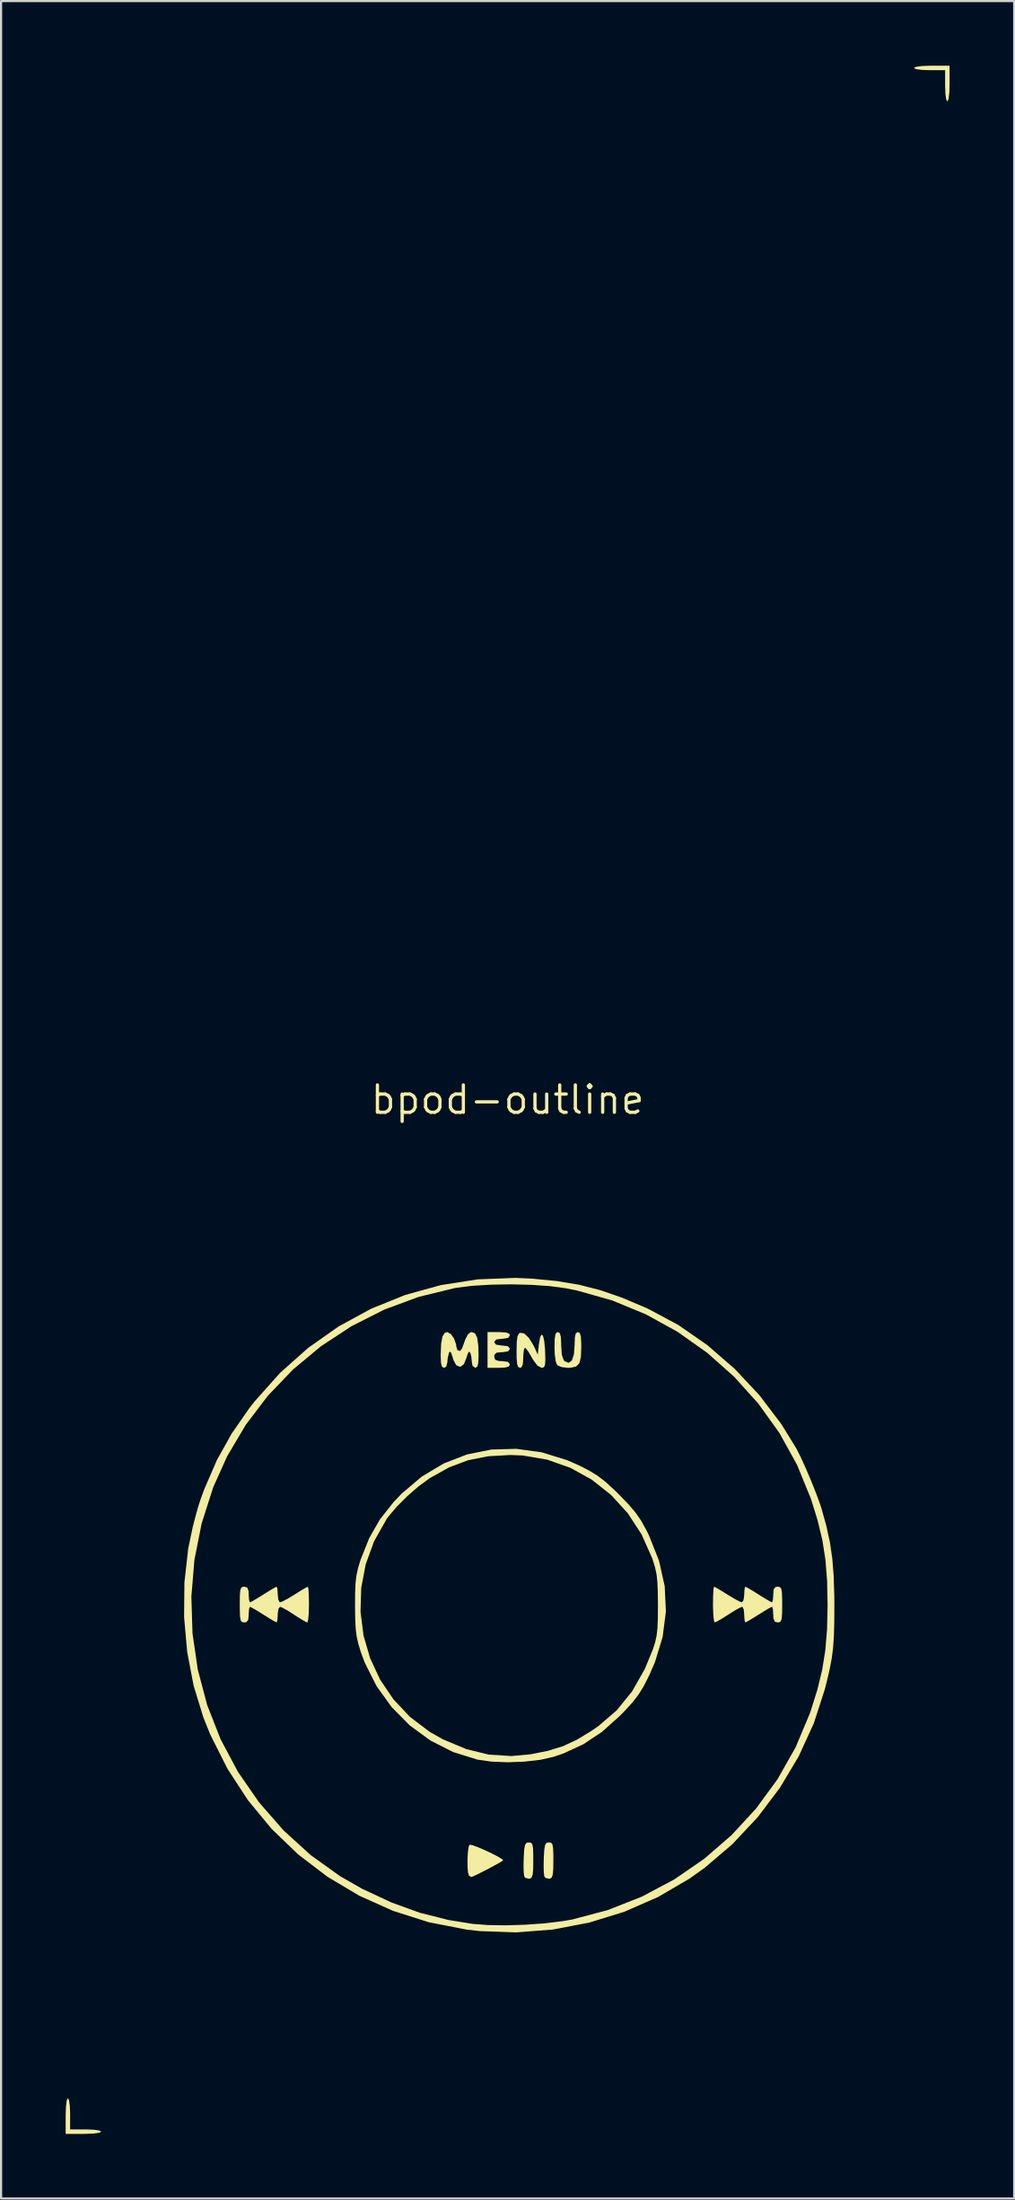
<source format=kicad_pcb>
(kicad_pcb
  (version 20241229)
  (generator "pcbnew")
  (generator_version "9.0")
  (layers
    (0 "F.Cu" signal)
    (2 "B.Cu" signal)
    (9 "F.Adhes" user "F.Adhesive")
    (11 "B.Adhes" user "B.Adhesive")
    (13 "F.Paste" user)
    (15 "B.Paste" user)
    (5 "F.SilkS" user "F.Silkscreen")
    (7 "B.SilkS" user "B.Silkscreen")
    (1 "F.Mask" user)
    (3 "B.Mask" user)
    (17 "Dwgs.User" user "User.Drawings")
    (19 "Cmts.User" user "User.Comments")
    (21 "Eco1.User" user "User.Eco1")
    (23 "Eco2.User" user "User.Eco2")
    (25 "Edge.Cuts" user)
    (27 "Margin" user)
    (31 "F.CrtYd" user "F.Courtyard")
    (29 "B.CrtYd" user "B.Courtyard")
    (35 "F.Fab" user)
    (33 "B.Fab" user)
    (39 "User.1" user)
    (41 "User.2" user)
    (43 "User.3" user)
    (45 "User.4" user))
  (footprint "bpod-outline"
    (layer "F.Cu")
    (at 20.527 48.001)
    (property "Reference" "bpod-outline" (at 0 0 0) (layer "F.SilkS") (effects (font (size 1.27 1.27) (thickness 0.15))))
    (attr board_only exclude_from_pos_files exclude_from_bom)
    (fp_poly (pts (xy -20.37 46.438) (xy -20.334 46.695) (xy -20.32 47.067) (xy -20.32 47.793) (xy -19.594 47.793) (xy -19.222 47.807) (xy -18.965 47.844) (xy -18.869 47.897) (xy -18.869 47.897) (xy -18.966 47.948) (xy -19.23 47.985) (xy -19.624 48) (xy -19.698 48.001) (xy -20.527 48.001) (xy -20.527 47.171) (xy -20.515 46.761) (xy -20.482 46.472) (xy -20.433 46.345) (xy -20.424 46.342)) (stroke (width 0) (type solid)) (fill yes) (layer "F.SilkS"))
    (fp_poly (pts (xy 20.527 -47.171) (xy 20.515 -46.761) (xy 20.482 -46.472) (xy 20.433 -46.345) (xy 20.424 -46.342) (xy 20.37 -46.438) (xy 20.334 -46.695) (xy 20.32 -47.067) (xy 20.32 -47.793) (xy 19.594 -47.793) (xy 19.222 -47.807) (xy 18.965 -47.844) (xy 18.869 -47.897) (xy 18.869 -47.897) (xy 18.966 -47.948) (xy 19.23 -47.985) (xy 19.624 -48) (xy 19.698 -48.001) (xy 20.527 -48.001)) (stroke (width 0) (type solid)) (fill yes) (layer "F.SilkS"))
    (fp_poly (pts (xy 1.088 34.489) (xy 1.15 34.569) (xy 1.181 34.753) (xy 1.191 35.083) (xy 1.192 35.299) (xy 1.186 35.72) (xy 1.161 35.976) (xy 1.11 36.108) (xy 1.022 36.16) (xy 1.011 36.162) (xy 0.829 36.122) (xy 0.772 36.05) (xy 0.748 35.876) (xy 0.739 35.564) (xy 0.747 35.187) (xy 0.769 34.808) (xy 0.807 34.592) (xy 0.873 34.494) (xy 0.983 34.471) (xy 0.985 34.471)) (stroke (width 0) (type solid)) (fill yes) (layer "F.SilkS"))
    (fp_poly (pts (xy 2.021 34.489) (xy 2.083 34.569) (xy 2.114 34.753) (xy 2.125 35.083) (xy 2.125 35.299) (xy 2.119 35.72) (xy 2.094 35.976) (xy 2.043 36.108) (xy 1.955 36.16) (xy 1.944 36.162) (xy 1.762 36.122) (xy 1.705 36.05) (xy 1.681 35.876) (xy 1.672 35.564) (xy 1.68 35.187) (xy 1.702 34.808) (xy 1.74 34.592) (xy 1.806 34.494) (xy 1.916 34.471) (xy 1.918 34.471)) (stroke (width 0) (type solid)) (fill yes) (layer "F.SilkS"))
    (fp_poly (pts (xy -1.644 34.596) (xy -1.395 34.686) (xy -1.077 34.821) (xy -0.745 34.977) (xy -0.453 35.128) (xy -0.258 35.247) (xy -0.207 35.301) (xy -0.291 35.362) (xy -0.508 35.487) (xy -0.803 35.646) (xy -1.123 35.813) (xy -1.414 35.959) (xy -1.622 36.055) (xy -1.691 36.078) (xy -1.787 36.019) (xy -1.797 36.009) (xy -1.841 35.866) (xy -1.862 35.591) (xy -1.864 35.256) (xy -1.846 34.928) (xy -1.81 34.678) (xy -1.767 34.578)) (stroke (width 0) (type solid)) (fill yes) (layer "F.SilkS"))
    (fp_poly (pts (xy -0.089 10.799) (xy 0.071 10.856) (xy 0.104 10.938) (xy 0.025 11.053) (xy -0.226 11.093) (xy -0.259 11.093) (xy -0.528 11.127) (xy -0.621 11.234) (xy -0.622 11.249) (xy -0.543 11.364) (xy -0.292 11.404) (xy -0.259 11.404) (xy 0.009 11.438) (xy 0.103 11.545) (xy 0.104 11.56) (xy 0.025 11.675) (xy -0.226 11.715) (xy -0.259 11.715) (xy -0.509 11.738) (xy -0.61 11.829) (xy -0.622 11.922) (xy -0.581 12.065) (xy -0.423 12.123) (xy -0.259 12.13) (xy 0.009 12.164) (xy 0.103 12.271) (xy 0.104 12.285) (xy 0.048 12.383) (xy -0.144 12.431) (xy -0.415 12.441) (xy -0.933 12.441) (xy -0.933 10.782) (xy -0.415 10.782)) (stroke (width 0) (type solid)) (fill yes) (layer "F.SilkS"))
    (fp_poly (pts (xy 3.351 10.826) (xy 3.4 10.982) (xy 3.419 11.289) (xy 3.421 11.487) (xy 3.403 11.941) (xy 3.331 12.227) (xy 3.183 12.38) (xy 2.935 12.437) (xy 2.799 12.441) (xy 2.515 12.408) (xy 2.315 12.328) (xy 2.302 12.316) (xy 2.234 12.146) (xy 2.19 11.824) (xy 2.177 11.487) (xy 2.187 11.099) (xy 2.221 10.88) (xy 2.289 10.79) (xy 2.333 10.782) (xy 2.424 10.831) (xy 2.472 11.002) (xy 2.488 11.336) (xy 2.488 11.391) (xy 2.516 11.83) (xy 2.603 12.084) (xy 2.644 12.13) (xy 2.839 12.21) (xy 2.987 12.099) (xy 3.08 11.81) (xy 3.11 11.391) (xy 3.123 11.034) (xy 3.166 10.845) (xy 3.252 10.783) (xy 3.266 10.782)) (stroke (width 0) (type solid)) (fill yes) (layer "F.SilkS"))
    (fp_poly (pts (xy 0.772 10.847) (xy 0.988 11.054) (xy 1.207 11.409) (xy 1.269 11.539) (xy 1.4 11.829) (xy 1.451 11.355) (xy 1.507 11.028) (xy 1.573 10.898) (xy 1.641 10.952) (xy 1.698 11.18) (xy 1.737 11.571) (xy 1.741 11.663) (xy 1.752 12.06) (xy 1.739 12.294) (xy 1.694 12.406) (xy 1.608 12.44) (xy 1.574 12.441) (xy 1.383 12.341) (xy 1.171 12.051) (xy 1.129 11.974) (xy 0.974 11.708) (xy 0.849 11.54) (xy 0.804 11.508) (xy 0.757 11.6) (xy 0.729 11.835) (xy 0.726 11.974) (xy 0.705 12.282) (xy 0.636 12.422) (xy 0.57 12.441) (xy 0.488 12.4) (xy 0.44 12.253) (xy 0.418 11.963) (xy 0.415 11.66) (xy 0.424 11.241) (xy 0.456 10.987) (xy 0.521 10.855) (xy 0.583 10.814)) (stroke (width 0) (type solid)) (fill yes) (layer "F.SilkS"))
    (fp_poly (pts (xy -1.51 10.845) (xy -1.413 11.048) (xy -1.362 11.414) (xy -1.349 11.845) (xy -1.361 12.197) (xy -1.406 12.383) (xy -1.494 12.441) (xy -1.503 12.441) (xy -1.629 12.351) (xy -1.659 12.19) (xy -1.688 11.911) (xy -1.729 11.756) (xy -1.786 11.683) (xy -1.851 11.782) (xy -1.914 11.981) (xy -2.029 12.269) (xy -2.176 12.383) (xy -2.229 12.389) (xy -2.39 12.319) (xy -2.512 12.086) (xy -2.544 11.981) (xy -2.625 11.741) (xy -2.686 11.686) (xy -2.729 11.756) (xy -2.786 12.009) (xy -2.799 12.19) (xy -2.855 12.392) (xy -2.955 12.441) (xy -3.046 12.392) (xy -3.094 12.218) (xy -3.109 11.882) (xy -3.109 11.845) (xy -3.089 11.328) (xy -3.029 10.994) (xy -2.922 10.82) (xy -2.804 10.782) (xy -2.638 10.871) (xy -2.485 11.088) (xy -2.394 11.355) (xy -2.384 11.455) (xy -2.328 11.626) (xy -2.212 11.66) (xy -2.115 11.54) (xy -1.972 11.137) (xy -1.852 10.9) (xy -1.734 10.796) (xy -1.658 10.782)) (stroke (width 0) (type solid)) (fill yes) (layer "F.SilkS"))
    (fp_poly (pts (xy -9.254 22.696) (xy -9.236 22.95) (xy -9.227 23.313) (xy -9.227 23.43) (xy -9.236 23.815) (xy -9.26 24.105) (xy -9.295 24.251) (xy -9.306 24.26) (xy -9.427 24.206) (xy -9.664 24.065) (xy -9.924 23.897) (xy -10.223 23.706) (xy -10.46 23.575) (xy -10.571 23.534) (xy -10.642 23.625) (xy -10.677 23.849) (xy -10.678 23.897) (xy -10.691 24.137) (xy -10.722 24.257) (xy -10.728 24.26) (xy -10.834 24.208) (xy -11.063 24.073) (xy -11.345 23.897) (xy -11.644 23.711) (xy -11.87 23.58) (xy -11.969 23.534) (xy -12.007 23.625) (xy -12.026 23.849) (xy -12.026 23.897) (xy -12.049 24.147) (xy -12.14 24.248) (xy -12.233 24.26) (xy -12.337 24.242) (xy -12.399 24.163) (xy -12.43 23.979) (xy -12.44 23.649) (xy -12.441 23.43) (xy -12.436 23.017) (xy -12.417 22.769) (xy -12.371 22.646) (xy -12.288 22.604) (xy -12.233 22.601) (xy -12.091 22.641) (xy -12.033 22.8) (xy -12.026 22.964) (xy -12.012 23.204) (xy -11.977 23.323) (xy -11.969 23.327) (xy -11.859 23.275) (xy -11.627 23.14) (xy -11.345 22.964) (xy -11.047 22.778) (xy -10.824 22.647) (xy -10.728 22.601) (xy -10.695 22.692) (xy -10.679 22.916) (xy -10.678 22.964) (xy -10.651 23.203) (xy -10.584 23.323) (xy -10.57 23.327) (xy -10.432 23.274) (xy -10.178 23.137) (xy -9.894 22.964) (xy -9.596 22.778) (xy -9.373 22.647) (xy -9.277 22.601)) (stroke (width 0) (type solid)) (fill yes) (layer "F.SilkS"))
    (fp_poly (pts (xy 12.648 22.618) (xy 12.71 22.698) (xy 12.741 22.882) (xy 12.751 23.212) (xy 12.752 23.43) (xy 12.748 23.843) (xy 12.728 24.091) (xy 12.682 24.215) (xy 12.599 24.257) (xy 12.544 24.26) (xy 12.402 24.219) (xy 12.344 24.061) (xy 12.337 23.897) (xy 12.323 23.657) (xy 12.288 23.537) (xy 12.28 23.534) (xy 12.17 23.586) (xy 11.938 23.721) (xy 11.656 23.897) (xy 11.358 24.083) (xy 11.135 24.214) (xy 11.039 24.26) (xy 11.006 24.168) (xy 10.99 23.944) (xy 10.989 23.897) (xy 10.966 23.657) (xy 10.907 23.537) (xy 10.895 23.534) (xy 10.765 23.587) (xy 10.519 23.726) (xy 10.249 23.897) (xy 9.951 24.085) (xy 9.722 24.216) (xy 9.618 24.26) (xy 9.581 24.164) (xy 9.553 23.91) (xy 9.539 23.547) (xy 9.538 23.43) (xy 9.544 23.045) (xy 9.559 22.755) (xy 9.581 22.609) (xy 9.588 22.601) (xy 9.694 22.652) (xy 9.923 22.787) (xy 10.205 22.964) (xy 10.513 23.151) (xy 10.759 23.282) (xy 10.881 23.327) (xy 10.953 23.235) (xy 10.988 23.011) (xy 10.989 22.964) (xy 11.002 22.724) (xy 11.033 22.604) (xy 11.039 22.601) (xy 11.146 22.652) (xy 11.374 22.787) (xy 11.656 22.964) (xy 11.955 23.15) (xy 12.181 23.281) (xy 12.28 23.327) (xy 12.318 23.235) (xy 12.337 23.011) (xy 12.337 22.964) (xy 12.36 22.714) (xy 12.451 22.613) (xy 12.544 22.601)) (stroke (width 0) (type solid)) (fill yes) (layer "F.SilkS"))
    (fp_poly (pts (xy 1.58 16.363) (xy 2.754 16.725) (xy 3.313 16.969) (xy 3.793 17.215) (xy 4.183 17.454) (xy 4.547 17.734) (xy 4.948 18.101) (xy 5.192 18.342) (xy 5.623 18.787) (xy 5.943 19.163) (xy 6.197 19.531) (xy 6.434 19.957) (xy 6.565 20.221) (xy 7.034 21.405) (xy 7.296 22.583) (xy 7.351 23.758) (xy 7.199 24.934) (xy 6.84 26.113) (xy 6.567 26.737) (xy 6.322 27.217) (xy 6.081 27.608) (xy 5.798 27.974) (xy 5.427 28.379) (xy 5.2 28.609) (xy 4.373 29.347) (xy 3.523 29.912) (xy 2.595 30.341) (xy 2.134 30.498) (xy 1.52 30.637) (xy 0.782 30.722) (xy -0.002 30.751) (xy -0.754 30.721) (xy -1.397 30.629) (xy -1.4 30.629) (xy -2.534 30.275) (xy -3.589 29.74) (xy -4.544 29.042) (xy -5.382 28.196) (xy -6.086 27.219) (xy -6.635 26.129) (xy -6.822 25.625) (xy -6.936 25.25) (xy -7.012 24.908) (xy -7.058 24.538) (xy -7.08 24.08) (xy -7.084 23.766) (xy -6.833 23.766) (xy -6.694 24.858) (xy -6.39 25.913) (xy -5.925 26.91) (xy -5.306 27.827) (xy -4.538 28.642) (xy -3.625 29.335) (xy -3.007 29.685) (xy -1.926 30.138) (xy -0.872 30.396) (xy 0.183 30.463) (xy 1.089 30.377) (xy 1.886 30.217) (xy 2.57 30.004) (xy 3.213 29.707) (xy 3.887 29.298) (xy 4.226 29.063) (xy 5.065 28.343) (xy 5.781 27.461) (xy 6.375 26.415) (xy 6.753 25.493) (xy 6.852 25.181) (xy 6.919 24.877) (xy 6.959 24.529) (xy 6.978 24.084) (xy 6.982 23.489) (xy 6.982 23.43) (xy 6.975 22.828) (xy 6.955 22.377) (xy 6.916 22.023) (xy 6.849 21.709) (xy 6.748 21.381) (xy 6.71 21.27) (xy 6.221 20.171) (xy 5.579 19.19) (xy 4.801 18.339) (xy 3.907 17.632) (xy 2.914 17.083) (xy 1.841 16.705) (xy 0.706 16.511) (xy 0.118 16.488) (xy -0.919 16.548) (xy -1.84 16.732) (xy -2.709 17.059) (xy -3.587 17.546) (xy -3.629 17.572) (xy -4.126 17.935) (xy -4.651 18.39) (xy -5.141 18.879) (xy -5.533 19.34) (xy -5.62 19.46) (xy -6.199 20.484) (xy -6.591 21.558) (xy -6.8 22.659) (xy -6.833 23.766) (xy -7.084 23.766) (xy -7.087 23.482) (xy -7.083 22.885) (xy -7.064 22.437) (xy -7.021 22.076) (xy -6.949 21.744) (xy -6.839 21.382) (xy -6.825 21.339) (xy -6.427 20.343) (xy -5.93 19.475) (xy -5.291 18.667) (xy -4.922 18.281) (xy -3.985 17.488) (xy -2.968 16.881) (xy -1.886 16.462) (xy -0.757 16.235) (xy 0.404 16.201)) (stroke (width 0) (type solid)) (fill yes) (layer "F.SilkS"))
    (fp_poly (pts (xy 1.131 8.301) (xy 2.284 8.413) (xy 3.322 8.586) (xy 4.313 8.839) (xy 5.323 9.189) (xy 6.418 9.653) (xy 6.53 9.704) (xy 7.937 10.458) (xy 9.283 11.394) (xy 10.544 12.486) (xy 11.695 13.713) (xy 12.711 15.051) (xy 13.407 16.179) (xy 13.605 16.57) (xy 13.842 17.09) (xy 14.09 17.671) (xy 14.32 18.247) (xy 14.505 18.75) (xy 14.577 18.969) (xy 14.802 19.774) (xy 14.967 20.526) (xy 15.078 21.282) (xy 15.144 22.102) (xy 15.173 23.044) (xy 15.175 23.482) (xy 15.171 24.266) (xy 15.154 24.897) (xy 15.117 25.432) (xy 15.054 25.923) (xy 14.959 26.427) (xy 14.826 26.997) (xy 14.731 27.37) (xy 14.218 28.95) (xy 13.516 30.482) (xy 12.642 31.941) (xy 11.612 33.304) (xy 10.444 34.548) (xy 9.153 35.649) (xy 8.449 36.151) (xy 6.987 37.005) (xy 5.425 37.688) (xy 3.79 38.193) (xy 2.105 38.515) (xy 0.396 38.648) (xy -1.312 38.587) (xy -1.918 38.517) (xy -3.661 38.176) (xy -5.324 37.648) (xy -6.897 36.942) (xy -8.367 36.067) (xy -9.725 35.032) (xy -10.959 33.845) (xy -12.059 32.515) (xy -13.013 31.052) (xy -13.812 29.463) (xy -14.133 28.666) (xy -14.585 27.191) (xy -14.884 25.623) (xy -15.027 24.01) (xy -15.018 23.067) (xy -14.689 23.067) (xy -14.636 24.769) (xy -14.391 26.448) (xy -13.956 28.09) (xy -13.334 29.676) (xy -12.527 31.193) (xy -11.551 32.605) (xy -10.407 33.914) (xy -9.142 35.065) (xy -7.771 36.045) (xy -6.751 36.627) (xy -5.389 37.262) (xy -4.074 37.738) (xy -2.744 38.073) (xy -1.641 38.251) (xy -0.929 38.307) (xy -0.085 38.32) (xy 0.823 38.292) (xy 1.724 38.227) (xy 2.549 38.128) (xy 3.002 38.049) (xy 4.663 37.608) (xy 6.248 36.983) (xy 7.742 36.187) (xy 9.133 35.231) (xy 10.405 34.129) (xy 11.545 32.892) (xy 12.539 31.532) (xy 13.373 30.062) (xy 14.033 28.493) (xy 14.081 28.355) (xy 14.388 27.375) (xy 14.609 26.467) (xy 14.754 25.565) (xy 14.835 24.599) (xy 14.861 23.503) (xy 14.861 23.43) (xy 14.838 22.324) (xy 14.761 21.352) (xy 14.62 20.448) (xy 14.404 19.543) (xy 14.103 18.569) (xy 14.081 18.506) (xy 13.44 16.94) (xy 12.624 15.468) (xy 11.645 14.103) (xy 10.521 12.856) (xy 9.265 11.741) (xy 7.892 10.77) (xy 6.418 9.957) (xy 4.857 9.314) (xy 3.224 8.853) (xy 2.696 8.747) (xy 1.958 8.649) (xy 1.089 8.589) (xy 0.155 8.566) (xy -0.779 8.582) (xy -1.647 8.635) (xy -2.384 8.727) (xy -2.45 8.739) (xy -4.13 9.148) (xy -5.736 9.742) (xy -7.253 10.51) (xy -8.669 11.439) (xy -9.968 12.52) (xy -11.137 13.739) (xy -12.161 15.086) (xy -13.028 16.549) (xy -13.674 17.986) (xy -14.21 19.66) (xy -14.548 21.358) (xy -14.689 23.067) (xy -15.018 23.067) (xy -15.011 22.397) (xy -14.835 20.833) (xy -14.63 19.853) (xy -14.494 19.323) (xy -14.382 18.921) (xy -14.271 18.575) (xy -14.14 18.211) (xy -14.074 18.039) (xy -13.5 16.718) (xy -12.821 15.501) (xy -11.996 14.314) (xy -11.747 13.995) (xy -10.567 12.675) (xy -9.263 11.514) (xy -7.85 10.521) (xy -6.343 9.7) (xy -4.754 9.058) (xy -3.099 8.601) (xy -1.391 8.335) (xy 0.355 8.267)) (stroke (width 0) (type solid)) (fill yes) (layer "F.SilkS")))
  (gr_rect
    (start -3 -3)
    (end 44.055 99.002)
    (stroke (width 0.1) (type default))
    (fill no)
    (layer "Edge.Cuts")))
</source>
